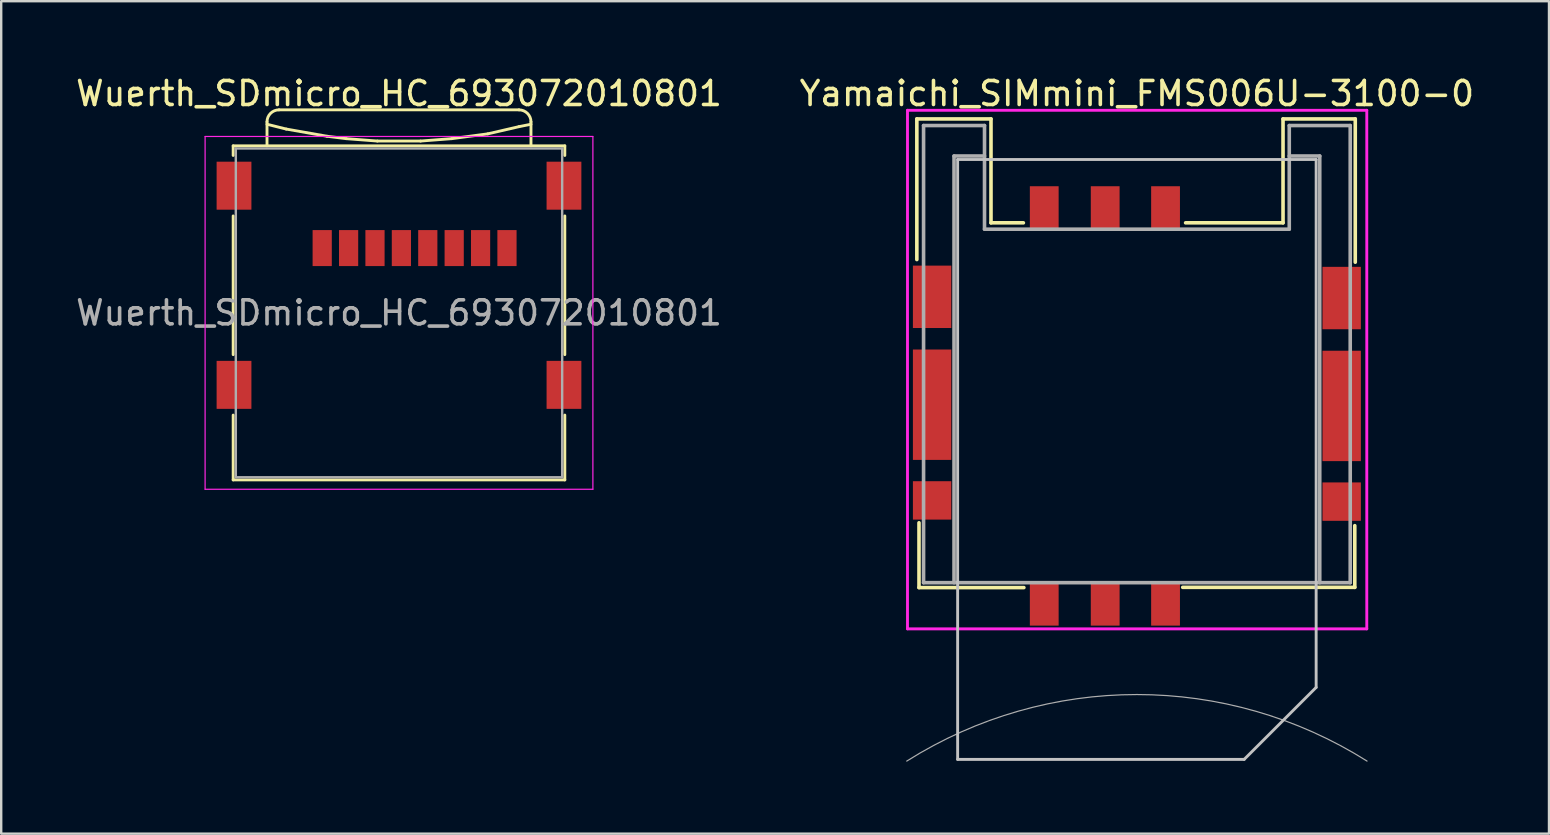
<source format=kicad_pcb>
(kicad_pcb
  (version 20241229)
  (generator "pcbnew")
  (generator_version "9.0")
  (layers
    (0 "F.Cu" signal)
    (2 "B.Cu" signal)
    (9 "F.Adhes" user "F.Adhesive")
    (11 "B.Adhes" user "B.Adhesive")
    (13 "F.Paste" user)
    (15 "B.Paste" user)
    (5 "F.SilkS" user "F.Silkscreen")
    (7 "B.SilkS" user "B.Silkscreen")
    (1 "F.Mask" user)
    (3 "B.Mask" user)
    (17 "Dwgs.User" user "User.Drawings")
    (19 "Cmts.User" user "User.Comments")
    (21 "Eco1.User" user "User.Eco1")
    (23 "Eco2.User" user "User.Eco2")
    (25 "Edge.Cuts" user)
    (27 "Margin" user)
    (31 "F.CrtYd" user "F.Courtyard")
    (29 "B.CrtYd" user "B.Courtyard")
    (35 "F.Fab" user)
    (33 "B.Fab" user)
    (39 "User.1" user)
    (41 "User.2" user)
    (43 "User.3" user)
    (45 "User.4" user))
  (footprint "Yamaichi_SIMmini_FMS006U-3100-0"
    (layer "F.Cu")
    (at 44.327 13.866)
    (property "Reference" "Yamaichi_SIMmini_FMS006U-3100-0" (at 0 -13.018 180) (layer "F.SilkS") (effects (font (size 1 1) (thickness 0.15))))
    (attr smd)
    (fp_line (start -9.17 -11.96) (end -9.17 -6.1) (stroke (width 0.15) (type solid)) (layer "F.SilkS"))
    (fp_line (start -9.08 7.57) (end -9.08 4.87) (stroke (width 0.15) (type solid)) (layer "F.SilkS"))
    (fp_line (start -6.08 -11.96) (end -9.17 -11.96) (stroke (width 0.15) (type solid)) (layer "F.SilkS"))
    (fp_line (start -6.08 -7.63) (end -6.08 -11.96) (stroke (width 0.15) (type solid)) (layer "F.SilkS"))
    (fp_line (start -4.73 -7.63) (end -6.08 -7.63) (stroke (width 0.15) (type solid)) (layer "F.SilkS"))
    (fp_line (start -4.71 7.57) (end -9.08 7.57) (stroke (width 0.15) (type solid)) (layer "F.SilkS"))
    (fp_line (start 6.09 -11.96) (end 6.09 -7.63) (stroke (width 0.15) (type solid)) (layer "F.SilkS"))
    (fp_line (start 6.09 -7.63) (end 2.03 -7.63) (stroke (width 0.15) (type solid)) (layer "F.SilkS"))
    (fp_line (start 9.08 4.99) (end 9.08 7.56) (stroke (width 0.15) (type solid)) (layer "F.SilkS"))
    (fp_line (start 9.08 7.56) (end 1.91 7.56) (stroke (width 0.15) (type solid)) (layer "F.SilkS"))
    (fp_line (start 9.1 -11.96) (end 6.09 -11.96) (stroke (width 0.15) (type solid)) (layer "F.SilkS"))
    (fp_line (start 9.1 -5.99) (end 9.1 -11.96) (stroke (width 0.15) (type solid)) (layer "F.SilkS"))
    (fp_line (start -7.47 -10.27) (end -7.47 14.73) (stroke (width 0.12) (type solid)) (layer "Dwgs.User"))
    (fp_line (start -7.47 14.73) (end 4.47 14.73) (stroke (width 0.12) (type solid)) (layer "Dwgs.User"))
    (fp_line (start 4.47 14.73) (end 7.47 11.73) (stroke (width 0.12) (type solid)) (layer "Dwgs.User"))
    (fp_line (start 7.47 -10.27) (end -7.47 -10.27) (stroke (width 0.12) (type solid)) (layer "Dwgs.User"))
    (fp_line (start 7.47 -10.27) (end 7.47 11.73) (stroke (width 0.12) (type solid)) (layer "Dwgs.User"))
    (fp_line (start -9.56 -12.32) (end 9.58 -12.32) (stroke (width 0.12) (type solid)) (layer "F.CrtYd"))
    (fp_line (start -9.56 9.29) (end -9.56 -12.32) (stroke (width 0.12) (type solid)) (layer "F.CrtYd"))
    (fp_line (start 9.58 -12.32) (end 9.58 9.29) (stroke (width 0.12) (type solid)) (layer "F.CrtYd"))
    (fp_line (start 9.58 9.29) (end -9.56 9.29) (stroke (width 0.12) (type solid)) (layer "F.CrtYd"))
    (fp_line (start -8.89 -11.684) (end -8.89 7.366) (stroke (width 0.15) (type solid)) (layer "F.Fab"))
    (fp_line (start -8.89 7.366) (end 8.89 7.366) (stroke (width 0.15) (type solid)) (layer "F.Fab"))
    (fp_line (start -7.62 -10.414) (end -7.62 7.366) (stroke (width 0.15) (type solid)) (layer "F.Fab"))
    (fp_line (start -7.62 -10.414) (end -6.35 -10.414) (stroke (width 0.15) (type solid)) (layer "F.Fab"))
    (fp_line (start -6.35 -11.684) (end -8.89 -11.684) (stroke (width 0.15) (type solid)) (layer "F.Fab"))
    (fp_line (start -6.35 -7.366) (end -6.35 -11.684) (stroke (width 0.15) (type solid)) (layer "F.Fab"))
    (fp_line (start 6.35 -11.684) (end 8.89 -11.684) (stroke (width 0.15) (type solid)) (layer "F.Fab"))
    (fp_line (start 6.35 -7.366) (end -6.35 -7.366) (stroke (width 0.15) (type solid)) (layer "F.Fab"))
    (fp_line (start 6.35 -7.366) (end 6.35 -11.684) (stroke (width 0.15) (type solid)) (layer "F.Fab"))
    (fp_line (start 7.62 -10.414) (end 6.35 -10.414) (stroke (width 0.15) (type solid)) (layer "F.Fab"))
    (fp_line (start 7.62 7.366) (end 7.62 -10.414) (stroke (width 0.15) (type solid)) (layer "F.Fab"))
    (fp_line (start 8.89 7.366) (end 8.89 -11.684) (stroke (width 0.15) (type solid)) (layer "F.Fab"))
    (fp_arc (start -9.590695 14.800438) (mid -0.000411 12.027573) (end 9.59 14.8) (stroke (width 0.05) (type solid)) (layer "F.Fab"))
    (pad "1" smd rect (at -3.861 -8.255 270) (size 1.8 1.2) (layers "F.Cu" "F.Mask" "F.Paste"))
    (pad "2" smd rect (at -1.321 -8.255 270) (size 1.8 1.2) (layers "F.Cu" "F.Mask" "F.Paste"))
    (pad "3" smd rect (at 1.194 -8.255 270) (size 1.8 1.2) (layers "F.Cu" "F.Mask" "F.Paste"))
    (pad "4" smd circle (at 9.59 14.8 270) (size 0.01 0.01) (layers "F.Cu" "F.Mask" "F.Paste"))
    (pad "5" smd rect (at -3.861 8.255 270) (size 1.8 1.2) (layers "F.Cu" "F.Mask" "F.Paste"))
    (pad "6" smd rect (at -1.321 8.255 270) (size 1.8 1.2) (layers "F.Cu" "F.Mask" "F.Paste"))
    (pad "7" smd rect (at 1.194 8.255 270) (size 1.8 1.2) (layers "F.Cu" "F.Mask" "F.Paste"))
    (pad "10" smd rect (at -8.534 -4.547 270) (size 2.6 1.6) (layers "F.Cu" "F.Mask" "F.Paste"))
    (pad "10" smd rect (at -8.534 -0.051 270) (size 4.6 1.6) (layers "F.Cu" "F.Mask" "F.Paste"))
    (pad "10" smd rect (at -8.534 3.937 270) (size 1.6 1.6) (layers "F.Cu" "F.Mask" "F.Paste"))
    (pad "10" smd rect (at 8.534 -4.496 270) (size 2.6 1.6) (layers "F.Cu" "F.Mask" "F.Paste"))
    (pad "10" smd rect (at 8.534 0 270) (size 4.6 1.6) (layers "F.Cu" "F.Mask" "F.Paste"))
    (pad "10" smd rect (at 8.534 3.988 270) (size 1.6 1.6) (layers "F.Cu" "F.Mask" "F.Paste")))
  (footprint "Wuerth_SDmicro_HC_693072010801"
    (layer "F.Cu")
    (at 13.577 8.838)
    (property "Reference" "Wuerth_SDmicro_HC_693072010801" (at 0 -7.99 0) (layer "F.SilkS") (effects (font (size 1 1) (thickness 0.15))))
    (attr smd)
    (fp_line (start -6.91 -5.81) (end -6.91 -5.41) (stroke (width 0.12) (type solid)) (layer "F.SilkS"))
    (fp_line (start -6.91 -5.81) (end 6.91 -5.81) (stroke (width 0.12) (type solid)) (layer "F.SilkS"))
    (fp_line (start -6.91 -2.89) (end -6.91 2.89) (stroke (width 0.12) (type solid)) (layer "F.SilkS"))
    (fp_line (start -6.91 5.41) (end -6.91 8.11) (stroke (width 0.12) (type solid)) (layer "F.SilkS"))
    (fp_line (start -5.5 -6.71) (end -4.7 -6.51) (stroke (width 0.12) (type solid)) (layer "F.SilkS"))
    (fp_line (start -5.5 -5.81) (end -5.5 -6.81) (stroke (width 0.12) (type solid)) (layer "F.SilkS"))
    (fp_line (start -5 -7.31) (end 5 -7.31) (stroke (width 0.12) (type solid)) (layer "F.SilkS"))
    (fp_line (start -4.7 -6.51) (end -3 -6.21) (stroke (width 0.12) (type solid)) (layer "F.SilkS"))
    (fp_line (start -3 -6.21) (end -2.2 -6.11) (stroke (width 0.12) (type solid)) (layer "F.SilkS"))
    (fp_line (start -2.2 -6.11) (end -0.9 -6.01) (stroke (width 0.12) (type solid)) (layer "F.SilkS"))
    (fp_line (start -0.9 -6.01) (end 0.9 -6.01) (stroke (width 0.12) (type solid)) (layer "F.SilkS"))
    (fp_line (start 0.9 -6.01) (end 2.2 -6.11) (stroke (width 0.12) (type solid)) (layer "F.SilkS"))
    (fp_line (start 2.2 -6.11) (end 3.7 -6.31) (stroke (width 0.12) (type solid)) (layer "F.SilkS"))
    (fp_line (start 3.7 -6.31) (end 5 -6.61) (stroke (width 0.12) (type solid)) (layer "F.SilkS"))
    (fp_line (start 5 -6.61) (end 5.5 -6.71) (stroke (width 0.12) (type solid)) (layer "F.SilkS"))
    (fp_line (start 5.5 -5.81) (end 5.5 -6.81) (stroke (width 0.12) (type solid)) (layer "F.SilkS"))
    (fp_line (start 6.91 -5.81) (end 6.91 -5.41) (stroke (width 0.12) (type solid)) (layer "F.SilkS"))
    (fp_line (start 6.91 -2.89) (end 6.91 2.89) (stroke (width 0.12) (type solid)) (layer "F.SilkS"))
    (fp_line (start 6.91 5.41) (end 6.91 8.11) (stroke (width 0.12) (type solid)) (layer "F.SilkS"))
    (fp_line (start 6.91 8.11) (end -6.91 8.11) (stroke (width 0.12) (type solid)) (layer "F.SilkS"))
    (fp_arc (start -5.5 -6.81) (mid -5.353553 -7.163553) (end -5 -7.31) (stroke (width 0.12) (type solid)) (layer "F.SilkS"))
    (fp_arc (start 5 -7.31) (mid 5.353553 -7.163553) (end 5.5 -6.81) (stroke (width 0.12) (type solid)) (layer "F.SilkS"))
    (fp_line (start -8.08 -6.2) (end -8.08 8.5) (stroke (width 0.05) (type solid)) (layer "F.CrtYd"))
    (fp_line (start 8.08 -6.2) (end -8.08 -6.2) (stroke (width 0.05) (type solid)) (layer "F.CrtYd"))
    (fp_line (start 8.08 -6.2) (end 8.08 8.5) (stroke (width 0.05) (type solid)) (layer "F.CrtYd"))
    (fp_line (start 8.08 8.5) (end -8.08 8.5) (stroke (width 0.05) (type solid)) (layer "F.CrtYd"))
    (fp_line (start -6.8 -5.7) (end -6.8 8) (stroke (width 0.1) (type solid)) (layer "F.Fab"))
    (fp_line (start -6.8 8) (end 6.8 8) (stroke (width 0.1) (type solid)) (layer "F.Fab"))
    (fp_line (start 6.8 -5.7) (end -6.8 -5.7) (stroke (width 0.1) (type solid)) (layer "F.Fab"))
    (fp_line (start 6.8 8) (end 6.8 -5.7) (stroke (width 0.1) (type solid)) (layer "F.Fab"))
    (fp_text user "${REFERENCE}" (at 0 1.15 0) (layer "F.Fab") (effects (font (size 1 1) (thickness 0.15))))
    (pad "1" smd rect (at -3.2 -1.55) (size 0.8 1.5) (layers "F.Cu" "F.Mask" "F.Paste"))
    (pad "2" smd rect (at -2.1 -1.55) (size 0.8 1.5) (layers "F.Cu" "F.Mask" "F.Paste"))
    (pad "3" smd rect (at -1 -1.55) (size 0.8 1.5) (layers "F.Cu" "F.Mask" "F.Paste"))
    (pad "4" smd rect (at 0.1 -1.55) (size 0.8 1.5) (layers "F.Cu" "F.Mask" "F.Paste"))
    (pad "5" smd rect (at 1.2 -1.55) (size 0.8 1.5) (layers "F.Cu" "F.Mask" "F.Paste"))
    (pad "6" smd rect (at 2.3 -1.55) (size 0.8 1.5) (layers "F.Cu" "F.Mask" "F.Paste"))
    (pad "7" smd rect (at 3.4 -1.55) (size 0.8 1.5) (layers "F.Cu" "F.Mask" "F.Paste"))
    (pad "8" smd rect (at 4.5 -1.55) (size 0.8 1.5) (layers "F.Cu" "F.Mask" "F.Paste"))
    (pad "9" smd rect (at -6.875 -4.15) (size 1.45 2) (layers "F.Cu" "F.Mask" "F.Paste"))
    (pad "9" smd rect (at -6.875 4.15) (size 1.45 2) (layers "F.Cu" "F.Mask" "F.Paste"))
    (pad "9" smd rect (at 6.875 -4.15) (size 1.45 2) (layers "F.Cu" "F.Mask" "F.Paste"))
    (pad "9" smd rect (at 6.875 4.15) (size 1.45 2) (layers "F.Cu" "F.Mask" "F.Paste")))
  (gr_rect
    (start -3 -3)
    (end 61.5 31.691)
    (stroke (width 0.1) (type default))
    (fill no)
    (layer "Edge.Cuts")))
</source>
